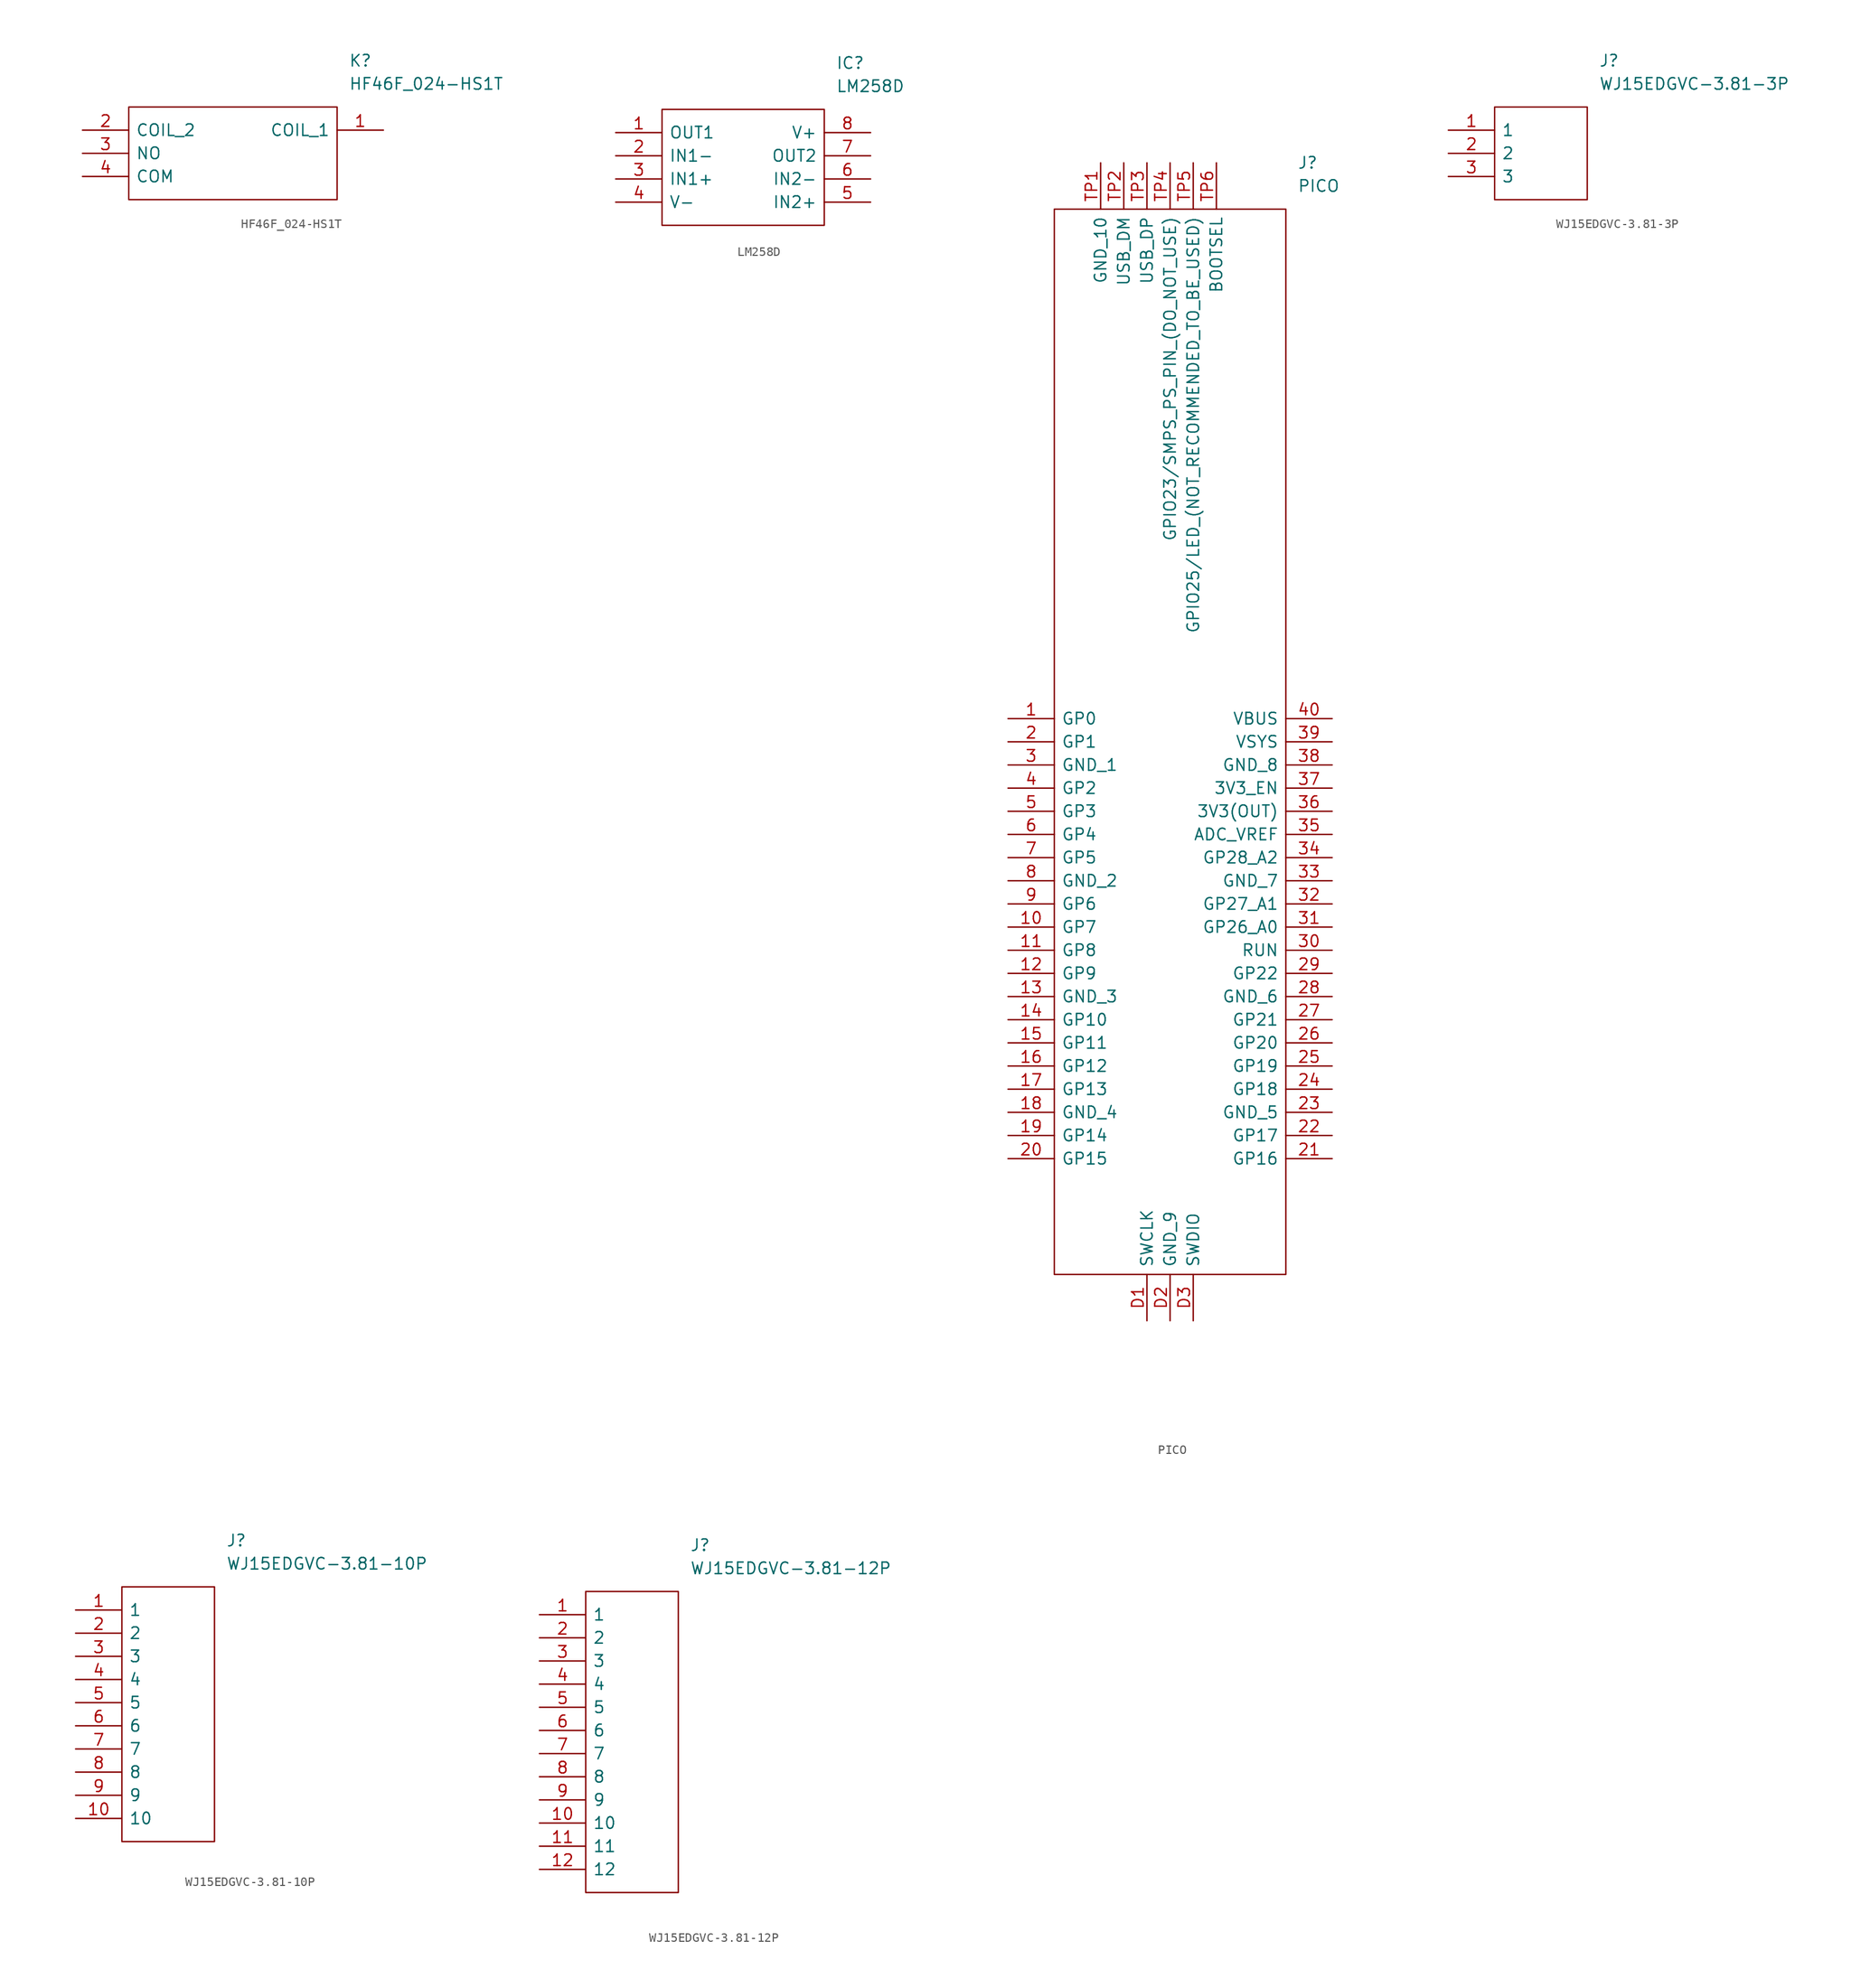
<source format=kicad_sym>
(kicad_symbol_lib
  (version 20201005)
  (generator kicad_symbol_editor)
  (symbol "New_Library:HF46F_024-HS1T"
    (pin_names
      (offset 0.762))
    (property "Reference" "K"
      (at 29.21 7.62 0)
      (effects (font (size 1.27 1.27)) (justify left)))
    (property "Value" "HF46F_024-HS1T"
      (at 29.21 5.08 0)
      (effects (font (size 1.27 1.27)) (justify left)))
    (symbol "HF46F_024-HS1T_0_1"
      (polyline (pts (xy 5.08 2.54) (xy 27.94 2.54) (xy 27.94 -7.62) (xy 5.08 -7.62) (xy 5.08 2.54)) (stroke (width 0.152)) (fill (type none))))
    (symbol "HF46F_024-HS1T_0_0"
      (pin passive line (at 33.02 0 180) (length 5.08) (name "COIL_1" (effects (font (size 1.27 1.27)))) (number "1" (effects (font (size 1.27 1.27)))))
      (pin passive line (at 0 0 0) (length 5.08) (name "COIL_2" (effects (font (size 1.27 1.27)))) (number "2" (effects (font (size 1.27 1.27)))))
      (pin passive line (at 0 -2.54 0) (length 5.08) (name "NO" (effects (font (size 1.27 1.27)))) (number "3" (effects (font (size 1.27 1.27)))))
      (pin passive line (at 0 -5.08 0) (length 5.08) (name "COM" (effects (font (size 1.27 1.27)))) (number "4" (effects (font (size 1.27 1.27)))))))
  (symbol "New_Library:LM258D"
    (pin_names
      (offset 0.762))
    (property "Reference" "IC"
      (at 24.13 7.62 0)
      (effects (font (size 1.27 1.27)) (justify left)))
    (property "Value" "LM258D"
      (at 24.13 5.08 0)
      (effects (font (size 1.27 1.27)) (justify left)))
    (symbol "LM258D_0_1"
      (polyline (pts (xy 5.08 2.54) (xy 22.86 2.54) (xy 22.86 -10.16) (xy 5.08 -10.16) (xy 5.08 2.54)) (stroke (width 0.152)) (fill (type none))))
    (symbol "LM258D_0_0"
      (pin passive line (at 0 0 0) (length 5.08) (name "OUT1" (effects (font (size 1.27 1.27)))) (number "1" (effects (font (size 1.27 1.27)))))
      (pin passive line (at 0 -2.54 0) (length 5.08) (name "IN1-" (effects (font (size 1.27 1.27)))) (number "2" (effects (font (size 1.27 1.27)))))
      (pin passive line (at 0 -5.08 0) (length 5.08) (name "IN1+" (effects (font (size 1.27 1.27)))) (number "3" (effects (font (size 1.27 1.27)))))
      (pin passive line (at 0 -7.62 0) (length 5.08) (name "V-" (effects (font (size 1.27 1.27)))) (number "4" (effects (font (size 1.27 1.27)))))
      (pin passive line (at 27.94 0 180) (length 5.08) (name "V+" (effects (font (size 1.27 1.27)))) (number "8" (effects (font (size 1.27 1.27)))))
      (pin passive line (at 27.94 -2.54 180) (length 5.08) (name "OUT2" (effects (font (size 1.27 1.27)))) (number "7" (effects (font (size 1.27 1.27)))))
      (pin passive line (at 27.94 -5.08 180) (length 5.08) (name "IN2-" (effects (font (size 1.27 1.27)))) (number "6" (effects (font (size 1.27 1.27)))))
      (pin passive line (at 27.94 -7.62 180) (length 5.08) (name "IN2+" (effects (font (size 1.27 1.27)))) (number "5" (effects (font (size 1.27 1.27)))))))
  (symbol "New_Library:PICO"
    (pin_names
      (offset 0.762))
    (property "Reference" "J"
      (at 31.75 60.96 0)
      (effects (font (size 1.27 1.27)) (justify left)))
    (property "Value" "PICO"
      (at 31.75 58.42 0)
      (effects (font (size 1.27 1.27)) (justify left)))
    (symbol "PICO_0_1"
      (polyline (pts (xy 5.08 55.88) (xy 30.48 55.88) (xy 30.48 -60.96) (xy 5.08 -60.96) (xy 5.08 55.88)) (stroke (width 0.152)) (fill (type none))))
    (symbol "PICO_0_0"
      (pin passive line (at 0 0 0) (length 5.08) (name "GP0" (effects (font (size 1.27 1.27)))) (number "1" (effects (font (size 1.27 1.27)))))
      (pin passive line (at 0 -2.54 0) (length 5.08) (name "GP1" (effects (font (size 1.27 1.27)))) (number "2" (effects (font (size 1.27 1.27)))))
      (pin passive line (at 0 -5.08 0) (length 5.08) (name "GND_1" (effects (font (size 1.27 1.27)))) (number "3" (effects (font (size 1.27 1.27)))))
      (pin passive line (at 0 -7.62 0) (length 5.08) (name "GP2" (effects (font (size 1.27 1.27)))) (number "4" (effects (font (size 1.27 1.27)))))
      (pin passive line (at 0 -10.16 0) (length 5.08) (name "GP3" (effects (font (size 1.27 1.27)))) (number "5" (effects (font (size 1.27 1.27)))))
      (pin passive line (at 0 -12.7 0) (length 5.08) (name "GP4" (effects (font (size 1.27 1.27)))) (number "6" (effects (font (size 1.27 1.27)))))
      (pin passive line (at 0 -15.24 0) (length 5.08) (name "GP5" (effects (font (size 1.27 1.27)))) (number "7" (effects (font (size 1.27 1.27)))))
      (pin passive line (at 0 -17.78 0) (length 5.08) (name "GND_2" (effects (font (size 1.27 1.27)))) (number "8" (effects (font (size 1.27 1.27)))))
      (pin passive line (at 0 -20.32 0) (length 5.08) (name "GP6" (effects (font (size 1.27 1.27)))) (number "9" (effects (font (size 1.27 1.27)))))
      (pin passive line (at 0 -22.86 0) (length 5.08) (name "GP7" (effects (font (size 1.27 1.27)))) (number "10" (effects (font (size 1.27 1.27)))))
      (pin passive line (at 0 -25.4 0) (length 5.08) (name "GP8" (effects (font (size 1.27 1.27)))) (number "11" (effects (font (size 1.27 1.27)))))
      (pin passive line (at 0 -27.94 0) (length 5.08) (name "GP9" (effects (font (size 1.27 1.27)))) (number "12" (effects (font (size 1.27 1.27)))))
      (pin passive line (at 0 -30.48 0) (length 5.08) (name "GND_3" (effects (font (size 1.27 1.27)))) (number "13" (effects (font (size 1.27 1.27)))))
      (pin passive line (at 0 -33.02 0) (length 5.08) (name "GP10" (effects (font (size 1.27 1.27)))) (number "14" (effects (font (size 1.27 1.27)))))
      (pin passive line (at 0 -35.56 0) (length 5.08) (name "GP11" (effects (font (size 1.27 1.27)))) (number "15" (effects (font (size 1.27 1.27)))))
      (pin passive line (at 0 -38.1 0) (length 5.08) (name "GP12" (effects (font (size 1.27 1.27)))) (number "16" (effects (font (size 1.27 1.27)))))
      (pin passive line (at 0 -40.64 0) (length 5.08) (name "GP13" (effects (font (size 1.27 1.27)))) (number "17" (effects (font (size 1.27 1.27)))))
      (pin passive line (at 0 -43.18 0) (length 5.08) (name "GND_4" (effects (font (size 1.27 1.27)))) (number "18" (effects (font (size 1.27 1.27)))))
      (pin passive line (at 0 -45.72 0) (length 5.08) (name "GP14" (effects (font (size 1.27 1.27)))) (number "19" (effects (font (size 1.27 1.27)))))
      (pin passive line (at 0 -48.26 0) (length 5.08) (name "GP15" (effects (font (size 1.27 1.27)))) (number "20" (effects (font (size 1.27 1.27)))))
      (pin passive line (at 35.56 -48.26 180) (length 5.08) (name "GP16" (effects (font (size 1.27 1.27)))) (number "21" (effects (font (size 1.27 1.27)))))
      (pin passive line (at 35.56 -45.72 180) (length 5.08) (name "GP17" (effects (font (size 1.27 1.27)))) (number "22" (effects (font (size 1.27 1.27)))))
      (pin passive line (at 35.56 -43.18 180) (length 5.08) (name "GND_5" (effects (font (size 1.27 1.27)))) (number "23" (effects (font (size 1.27 1.27)))))
      (pin passive line (at 35.56 -40.64 180) (length 5.08) (name "GP18" (effects (font (size 1.27 1.27)))) (number "24" (effects (font (size 1.27 1.27)))))
      (pin passive line (at 35.56 -38.1 180) (length 5.08) (name "GP19" (effects (font (size 1.27 1.27)))) (number "25" (effects (font (size 1.27 1.27)))))
      (pin passive line (at 35.56 -35.56 180) (length 5.08) (name "GP20" (effects (font (size 1.27 1.27)))) (number "26" (effects (font (size 1.27 1.27)))))
      (pin passive line (at 35.56 -33.02 180) (length 5.08) (name "GP21" (effects (font (size 1.27 1.27)))) (number "27" (effects (font (size 1.27 1.27)))))
      (pin passive line (at 35.56 -30.48 180) (length 5.08) (name "GND_6" (effects (font (size 1.27 1.27)))) (number "28" (effects (font (size 1.27 1.27)))))
      (pin passive line (at 35.56 -27.94 180) (length 5.08) (name "GP22" (effects (font (size 1.27 1.27)))) (number "29" (effects (font (size 1.27 1.27)))))
      (pin passive line (at 35.56 -25.4 180) (length 5.08) (name "RUN" (effects (font (size 1.27 1.27)))) (number "30" (effects (font (size 1.27 1.27)))))
      (pin passive line (at 35.56 -22.86 180) (length 5.08) (name "GP26_A0" (effects (font (size 1.27 1.27)))) (number "31" (effects (font (size 1.27 1.27)))))
      (pin passive line (at 35.56 -20.32 180) (length 5.08) (name "GP27_A1" (effects (font (size 1.27 1.27)))) (number "32" (effects (font (size 1.27 1.27)))))
      (pin passive line (at 35.56 -17.78 180) (length 5.08) (name "GND_7" (effects (font (size 1.27 1.27)))) (number "33" (effects (font (size 1.27 1.27)))))
      (pin passive line (at 35.56 -15.24 180) (length 5.08) (name "GP28_A2" (effects (font (size 1.27 1.27)))) (number "34" (effects (font (size 1.27 1.27)))))
      (pin passive line (at 35.56 -12.7 180) (length 5.08) (name "ADC_VREF" (effects (font (size 1.27 1.27)))) (number "35" (effects (font (size 1.27 1.27)))))
      (pin passive line (at 35.56 -10.16 180) (length 5.08) (name "3V3(OUT)" (effects (font (size 1.27 1.27)))) (number "36" (effects (font (size 1.27 1.27)))))
      (pin passive line (at 35.56 -7.62 180) (length 5.08) (name "3V3_EN" (effects (font (size 1.27 1.27)))) (number "37" (effects (font (size 1.27 1.27)))))
      (pin passive line (at 35.56 -5.08 180) (length 5.08) (name "GND_8" (effects (font (size 1.27 1.27)))) (number "38" (effects (font (size 1.27 1.27)))))
      (pin passive line (at 35.56 -2.54 180) (length 5.08) (name "VSYS" (effects (font (size 1.27 1.27)))) (number "39" (effects (font (size 1.27 1.27)))))
      (pin passive line (at 35.56 0 180) (length 5.08) (name "VBUS" (effects (font (size 1.27 1.27)))) (number "40" (effects (font (size 1.27 1.27)))))
      (pin passive line (at 15.24 -66.04 90) (length 5.08) (name "SWCLK" (effects (font (size 1.27 1.27)))) (number "D1" (effects (font (size 1.27 1.27)))))
      (pin passive line (at 17.78 -66.04 90) (length 5.08) (name "GND_9" (effects (font (size 1.27 1.27)))) (number "D2" (effects (font (size 1.27 1.27)))))
      (pin passive line (at 20.32 -66.04 90) (length 5.08) (name "SWDIO" (effects (font (size 1.27 1.27)))) (number "D3" (effects (font (size 1.27 1.27)))))
      (pin passive line (at 10.16 60.96 270) (length 5.08) (name "GND_10" (effects (font (size 1.27 1.27)))) (number "TP1" (effects (font (size 1.27 1.27)))))
      (pin passive line (at 12.7 60.96 270) (length 5.08) (name "USB_DM" (effects (font (size 1.27 1.27)))) (number "TP2" (effects (font (size 1.27 1.27)))))
      (pin passive line (at 15.24 60.96 270) (length 5.08) (name "USB_DP" (effects (font (size 1.27 1.27)))) (number "TP3" (effects (font (size 1.27 1.27)))))
      (pin passive line (at 17.78 60.96 270) (length 5.08) (name "GPIO23/SMPS_PS_PIN_(DO_NOT_USE)" (effects (font (size 1.27 1.27)))) (number "TP4" (effects (font (size 1.27 1.27)))))
      (pin passive line (at 20.32 60.96 270) (length 5.08) (name "GPIO25/LED_(NOT_RECOMMENDED_TO_BE_USED)" (effects (font (size 1.27 1.27)))) (number "TP5" (effects (font (size 1.27 1.27)))))
      (pin passive line (at 22.86 60.96 270) (length 5.08) (name "BOOTSEL" (effects (font (size 1.27 1.27)))) (number "TP6" (effects (font (size 1.27 1.27)))))))
  (symbol "New_Library:WJ15EDGVC-3.81-3P"
    (pin_names
      (offset 0.762))
    (property "Reference" "J"
      (at 16.51 7.62 0)
      (effects (font (size 1.27 1.27)) (justify left)))
    (property "Value" "WJ15EDGVC-3.81-3P"
      (at 16.51 5.08 0)
      (effects (font (size 1.27 1.27)) (justify left)))
    (symbol "WJ15EDGVC-3.81-3P_0_1"
      (polyline (pts (xy 5.08 2.54) (xy 15.24 2.54) (xy 15.24 -7.62) (xy 5.08 -7.62) (xy 5.08 2.54)) (stroke (width 0.152)) (fill (type none))))
    (symbol "WJ15EDGVC-3.81-3P_0_0"
      (pin passive line (at 0 0 0) (length 5.08) (name "1" (effects (font (size 1.27 1.27)))) (number "1" (effects (font (size 1.27 1.27)))))
      (pin passive line (at 0 -2.54 0) (length 5.08) (name "2" (effects (font (size 1.27 1.27)))) (number "2" (effects (font (size 1.27 1.27)))))
      (pin passive line (at 0 -5.08 0) (length 5.08) (name "3" (effects (font (size 1.27 1.27)))) (number "3" (effects (font (size 1.27 1.27)))))))
  (symbol "New_Library:WJ15EDGVC-3.81-10P"
    (pin_names
      (offset 0.762))
    (property "Reference" "J"
      (at 16.51 7.62 0)
      (effects (font (size 1.27 1.27)) (justify left)))
    (property "Value" "WJ15EDGVC-3.81-10P"
      (at 16.51 5.08 0)
      (effects (font (size 1.27 1.27)) (justify left)))
    (symbol "WJ15EDGVC-3.81-10P_0_1"
      (polyline (pts (xy 5.08 2.54) (xy 15.24 2.54) (xy 15.24 -25.4) (xy 5.08 -25.4) (xy 5.08 2.54)) (stroke (width 0.152)) (fill (type none))))
    (symbol "WJ15EDGVC-3.81-10P_0_0"
      (pin passive line (at 0 0 0) (length 5.08) (name "1" (effects (font (size 1.27 1.27)))) (number "1" (effects (font (size 1.27 1.27)))))
      (pin passive line (at 0 -2.54 0) (length 5.08) (name "2" (effects (font (size 1.27 1.27)))) (number "2" (effects (font (size 1.27 1.27)))))
      (pin passive line (at 0 -5.08 0) (length 5.08) (name "3" (effects (font (size 1.27 1.27)))) (number "3" (effects (font (size 1.27 1.27)))))
      (pin passive line (at 0 -7.62 0) (length 5.08) (name "4" (effects (font (size 1.27 1.27)))) (number "4" (effects (font (size 1.27 1.27)))))
      (pin passive line (at 0 -10.16 0) (length 5.08) (name "5" (effects (font (size 1.27 1.27)))) (number "5" (effects (font (size 1.27 1.27)))))
      (pin passive line (at 0 -12.7 0) (length 5.08) (name "6" (effects (font (size 1.27 1.27)))) (number "6" (effects (font (size 1.27 1.27)))))
      (pin passive line (at 0 -15.24 0) (length 5.08) (name "7" (effects (font (size 1.27 1.27)))) (number "7" (effects (font (size 1.27 1.27)))))
      (pin passive line (at 0 -17.78 0) (length 5.08) (name "8" (effects (font (size 1.27 1.27)))) (number "8" (effects (font (size 1.27 1.27)))))
      (pin passive line (at 0 -20.32 0) (length 5.08) (name "9" (effects (font (size 1.27 1.27)))) (number "9" (effects (font (size 1.27 1.27)))))
      (pin passive line (at 0 -22.86 0) (length 5.08) (name "10" (effects (font (size 1.27 1.27)))) (number "10" (effects (font (size 1.27 1.27)))))))
  (symbol "New_Library:WJ15EDGVC-3.81-12P"
    (pin_names
      (offset 0.762))
    (property "Reference" "J"
      (at 16.51 7.62 0)
      (effects (font (size 1.27 1.27)) (justify left)))
    (property "Value" "WJ15EDGVC-3.81-12P"
      (at 16.51 5.08 0)
      (effects (font (size 1.27 1.27)) (justify left)))
    (symbol "WJ15EDGVC-3.81-12P_0_1"
      (polyline (pts (xy 5.08 2.54) (xy 15.24 2.54) (xy 15.24 -30.48) (xy 5.08 -30.48) (xy 5.08 2.54)) (stroke (width 0.152)) (fill (type none))))
    (symbol "WJ15EDGVC-3.81-12P_0_0"
      (pin passive line (at 0 0 0) (length 5.08) (name "1" (effects (font (size 1.27 1.27)))) (number "1" (effects (font (size 1.27 1.27)))))
      (pin passive line (at 0 -2.54 0) (length 5.08) (name "2" (effects (font (size 1.27 1.27)))) (number "2" (effects (font (size 1.27 1.27)))))
      (pin passive line (at 0 -5.08 0) (length 5.08) (name "3" (effects (font (size 1.27 1.27)))) (number "3" (effects (font (size 1.27 1.27)))))
      (pin passive line (at 0 -7.62 0) (length 5.08) (name "4" (effects (font (size 1.27 1.27)))) (number "4" (effects (font (size 1.27 1.27)))))
      (pin passive line (at 0 -10.16 0) (length 5.08) (name "5" (effects (font (size 1.27 1.27)))) (number "5" (effects (font (size 1.27 1.27)))))
      (pin passive line (at 0 -12.7 0) (length 5.08) (name "6" (effects (font (size 1.27 1.27)))) (number "6" (effects (font (size 1.27 1.27)))))
      (pin passive line (at 0 -15.24 0) (length 5.08) (name "7" (effects (font (size 1.27 1.27)))) (number "7" (effects (font (size 1.27 1.27)))))
      (pin passive line (at 0 -17.78 0) (length 5.08) (name "8" (effects (font (size 1.27 1.27)))) (number "8" (effects (font (size 1.27 1.27)))))
      (pin passive line (at 0 -20.32 0) (length 5.08) (name "9" (effects (font (size 1.27 1.27)))) (number "9" (effects (font (size 1.27 1.27)))))
      (pin passive line (at 0 -22.86 0) (length 5.08) (name "10" (effects (font (size 1.27 1.27)))) (number "10" (effects (font (size 1.27 1.27)))))
      (pin passive line (at 0 -25.4 0) (length 5.08) (name "11" (effects (font (size 1.27 1.27)))) (number "11" (effects (font (size 1.27 1.27)))))
      (pin passive line (at 0 -27.94 0) (length 5.08) (name "12" (effects (font (size 1.27 1.27)))) (number "12" (effects (font (size 1.27 1.27))))))))
</source>
